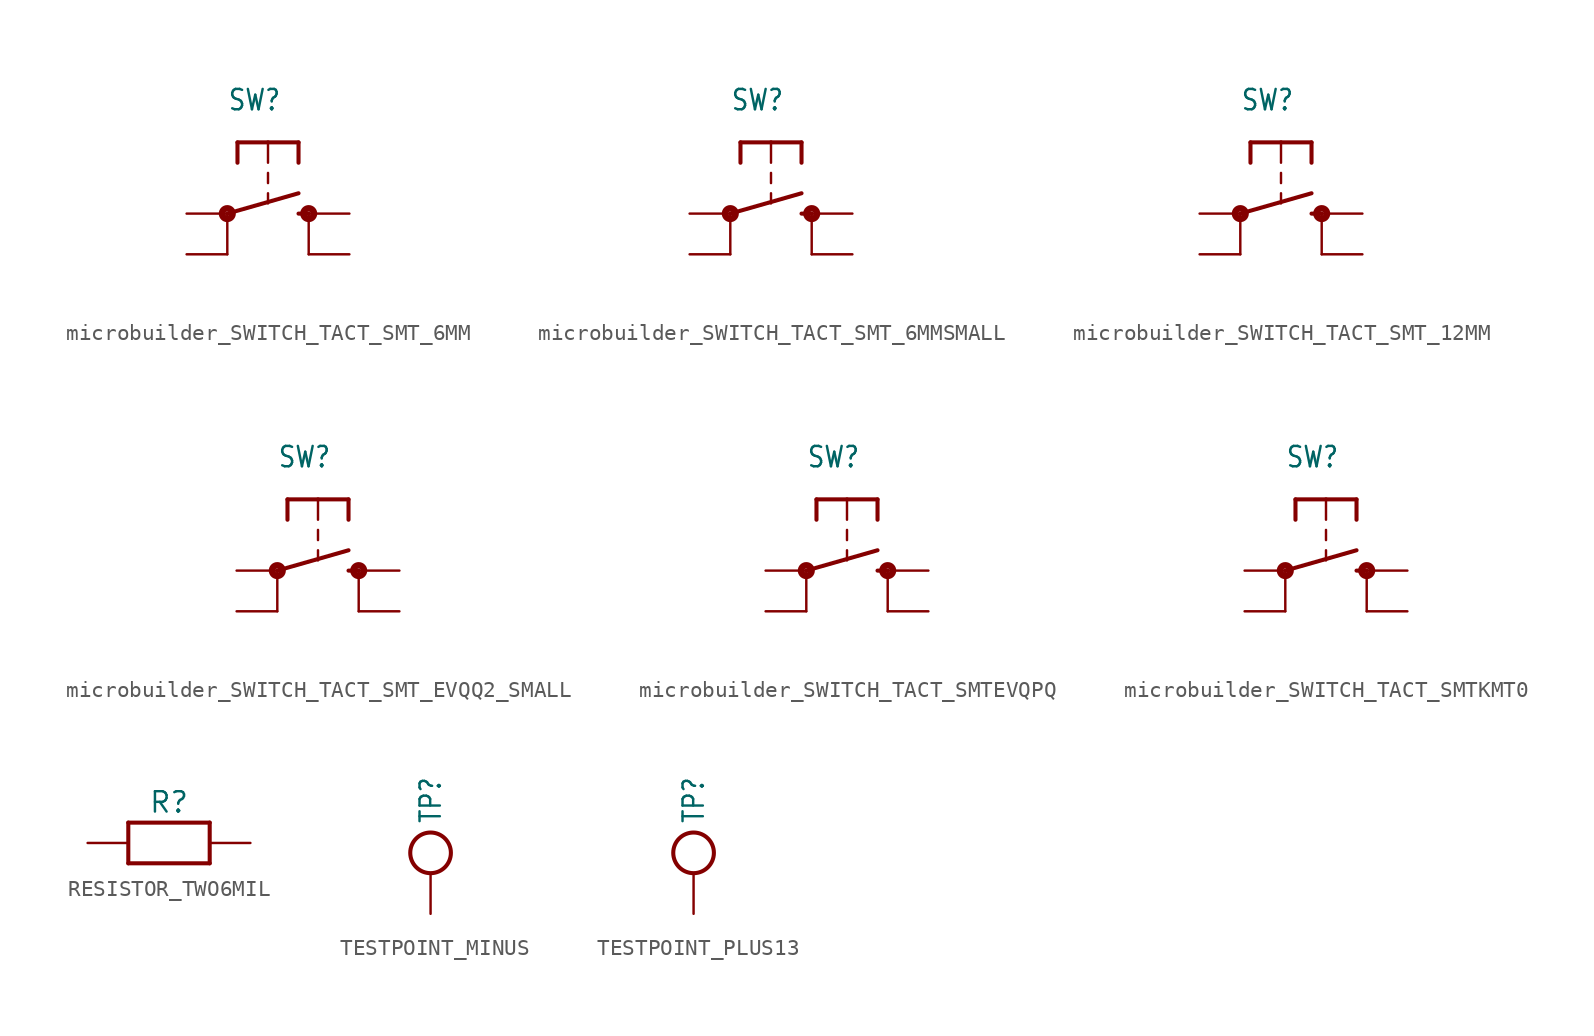
<source format=kicad_sym>
(kicad_symbol_lib
  (version 20231120)
  (generator "kicad_symbol_editor")
  (generator_version "8.0")
  (symbol "microbuilder_SWITCH_TACT_SMT_6MM"
    (property "Reference" "SW"
      (at -2.54 6.35 0)
      (effects (font (size 1.27 1.079)) (justify left bottom)))
    (property "Value" ""
      (at -2.54 -5.08 0)
      (effects (font (size 1.27 1.079)) (justify left bottom)))
    (property "ki_locked" ""
      (at 0 0 0)
      (effects (font (size 1.27 1.27))))
    (symbol "microbuilder_SWITCH_TACT_SMT_6MM_1_0"
      (circle (center -2.54 0) (radius 0.127) (stroke (width 0.406) (type solid)) (fill (type none)))
      (polyline (pts (xy -2.54 -2.54) (xy -2.54 0)) (stroke (width 0.152) (type solid)) (fill (type none)))
      (polyline (pts (xy -2.54 0) (xy 1.905 1.27)) (stroke (width 0.254) (type solid)) (fill (type none)))
      (polyline (pts (xy -1.905 4.445) (xy -1.905 3.175)) (stroke (width 0.254) (type solid)) (fill (type none)))
      (polyline (pts (xy 0 1.27) (xy 0 0.635)) (stroke (width 0.152) (type solid)) (fill (type none)))
      (polyline (pts (xy 0 2.54) (xy 0 1.905)) (stroke (width 0.152) (type solid)) (fill (type none)))
      (polyline (pts (xy 0 4.445) (xy -1.905 4.445)) (stroke (width 0.254) (type solid)) (fill (type none)))
      (polyline (pts (xy 0 4.445) (xy 0 3.175)) (stroke (width 0.152) (type solid)) (fill (type none)))
      (polyline (pts (xy 1.905 0) (xy 2.54 0)) (stroke (width 0.254) (type solid)) (fill (type none)))
      (polyline (pts (xy 1.905 4.445) (xy 0 4.445)) (stroke (width 0.254) (type solid)) (fill (type none)))
      (polyline (pts (xy 1.905 4.445) (xy 1.905 3.175)) (stroke (width 0.254) (type solid)) (fill (type none)))
      (polyline (pts (xy 2.54 -2.54) (xy 2.54 0)) (stroke (width 0.152) (type solid)) (fill (type none)))
      (circle (center 2.54 0) (radius 0.127) (stroke (width 0.406) (type solid)) (fill (type none)))
      (pin passive line (at -5.08 0 0) (length 2.54) (name "P" (effects (font (size 0 0)))) (number "A" (effects (font (size 0 0)))))
      (pin passive line (at -5.08 -2.54 0) (length 2.54) (name "P1" (effects (font (size 0 0)))) (number "A'" (effects (font (size 0 0)))))
      (pin passive line (at 5.08 0 180) (length 2.54) (name "S" (effects (font (size 0 0)))) (number "B" (effects (font (size 0 0)))))
      (pin passive line (at 5.08 -2.54 180) (length 2.54) (name "S1" (effects (font (size 0 0)))) (number "B'" (effects (font (size 0 0)))))))
  (symbol "microbuilder_SWITCH_TACT_SMT_6MMSMALL"
    (property "Reference" "SW"
      (at -2.54 6.35 0)
      (effects (font (size 1.27 1.079)) (justify left bottom)))
    (property "Value" ""
      (at -2.54 -5.08 0)
      (effects (font (size 1.27 1.079)) (justify left bottom)))
    (property "ki_locked" ""
      (at 0 0 0)
      (effects (font (size 1.27 1.27))))
    (symbol "microbuilder_SWITCH_TACT_SMT_6MMSMALL_1_0"
      (circle (center -2.54 0) (radius 0.127) (stroke (width 0.406) (type solid)) (fill (type none)))
      (polyline (pts (xy -2.54 -2.54) (xy -2.54 0)) (stroke (width 0.152) (type solid)) (fill (type none)))
      (polyline (pts (xy -2.54 0) (xy 1.905 1.27)) (stroke (width 0.254) (type solid)) (fill (type none)))
      (polyline (pts (xy -1.905 4.445) (xy -1.905 3.175)) (stroke (width 0.254) (type solid)) (fill (type none)))
      (polyline (pts (xy 0 1.27) (xy 0 0.635)) (stroke (width 0.152) (type solid)) (fill (type none)))
      (polyline (pts (xy 0 2.54) (xy 0 1.905)) (stroke (width 0.152) (type solid)) (fill (type none)))
      (polyline (pts (xy 0 4.445) (xy -1.905 4.445)) (stroke (width 0.254) (type solid)) (fill (type none)))
      (polyline (pts (xy 0 4.445) (xy 0 3.175)) (stroke (width 0.152) (type solid)) (fill (type none)))
      (polyline (pts (xy 1.905 0) (xy 2.54 0)) (stroke (width 0.254) (type solid)) (fill (type none)))
      (polyline (pts (xy 1.905 4.445) (xy 0 4.445)) (stroke (width 0.254) (type solid)) (fill (type none)))
      (polyline (pts (xy 1.905 4.445) (xy 1.905 3.175)) (stroke (width 0.254) (type solid)) (fill (type none)))
      (polyline (pts (xy 2.54 -2.54) (xy 2.54 0)) (stroke (width 0.152) (type solid)) (fill (type none)))
      (circle (center 2.54 0) (radius 0.127) (stroke (width 0.406) (type solid)) (fill (type none)))
      (pin passive line (at -5.08 0 0) (length 2.54) (name "P" (effects (font (size 0 0)))) (number "A" (effects (font (size 0 0)))))
      (pin passive line (at -5.08 -2.54 0) (length 2.54) (name "P1" (effects (font (size 0 0)))) (number "A'" (effects (font (size 0 0)))))
      (pin passive line (at 5.08 0 180) (length 2.54) (name "S" (effects (font (size 0 0)))) (number "B" (effects (font (size 0 0)))))
      (pin passive line (at 5.08 -2.54 180) (length 2.54) (name "S1" (effects (font (size 0 0)))) (number "B'" (effects (font (size 0 0)))))))
  (symbol "microbuilder_SWITCH_TACT_SMT_12MM"
    (property "Reference" "SW"
      (at -2.54 6.35 0)
      (effects (font (size 1.27 1.079)) (justify left bottom)))
    (property "Value" ""
      (at -2.54 -5.08 0)
      (effects (font (size 1.27 1.079)) (justify left bottom)))
    (property "ki_locked" ""
      (at 0 0 0)
      (effects (font (size 1.27 1.27))))
    (symbol "microbuilder_SWITCH_TACT_SMT_12MM_1_0"
      (circle (center -2.54 0) (radius 0.127) (stroke (width 0.406) (type solid)) (fill (type none)))
      (polyline (pts (xy -2.54 -2.54) (xy -2.54 0)) (stroke (width 0.152) (type solid)) (fill (type none)))
      (polyline (pts (xy -2.54 0) (xy 1.905 1.27)) (stroke (width 0.254) (type solid)) (fill (type none)))
      (polyline (pts (xy -1.905 4.445) (xy -1.905 3.175)) (stroke (width 0.254) (type solid)) (fill (type none)))
      (polyline (pts (xy 0 1.27) (xy 0 0.635)) (stroke (width 0.152) (type solid)) (fill (type none)))
      (polyline (pts (xy 0 2.54) (xy 0 1.905)) (stroke (width 0.152) (type solid)) (fill (type none)))
      (polyline (pts (xy 0 4.445) (xy -1.905 4.445)) (stroke (width 0.254) (type solid)) (fill (type none)))
      (polyline (pts (xy 0 4.445) (xy 0 3.175)) (stroke (width 0.152) (type solid)) (fill (type none)))
      (polyline (pts (xy 1.905 0) (xy 2.54 0)) (stroke (width 0.254) (type solid)) (fill (type none)))
      (polyline (pts (xy 1.905 4.445) (xy 0 4.445)) (stroke (width 0.254) (type solid)) (fill (type none)))
      (polyline (pts (xy 1.905 4.445) (xy 1.905 3.175)) (stroke (width 0.254) (type solid)) (fill (type none)))
      (polyline (pts (xy 2.54 -2.54) (xy 2.54 0)) (stroke (width 0.152) (type solid)) (fill (type none)))
      (circle (center 2.54 0) (radius 0.127) (stroke (width 0.406) (type solid)) (fill (type none)))
      (pin passive line (at -5.08 0 0) (length 2.54) (name "P" (effects (font (size 0 0)))) (number "P$1" (effects (font (size 0 0)))))
      (pin passive line (at -5.08 -2.54 0) (length 2.54) (name "P1" (effects (font (size 0 0)))) (number "P$2" (effects (font (size 0 0)))))
      (pin passive line (at 5.08 0 180) (length 2.54) (name "S" (effects (font (size 0 0)))) (number "P$3" (effects (font (size 0 0)))))
      (pin passive line (at 5.08 -2.54 180) (length 2.54) (name "S1" (effects (font (size 0 0)))) (number "P$4" (effects (font (size 0 0)))))))
  (symbol "microbuilder_SWITCH_TACT_SMT_EVQQ2_SMALL"
    (property "Reference" "SW"
      (at -2.54 6.35 0)
      (effects (font (size 1.27 1.079)) (justify left bottom)))
    (property "Value" ""
      (at -2.54 -5.08 0)
      (effects (font (size 1.27 1.079)) (justify left bottom)))
    (property "ki_locked" ""
      (at 0 0 0)
      (effects (font (size 1.27 1.27))))
    (symbol "microbuilder_SWITCH_TACT_SMT_EVQQ2_SMALL_1_0"
      (circle (center -2.54 0) (radius 0.127) (stroke (width 0.406) (type solid)) (fill (type none)))
      (polyline (pts (xy -2.54 -2.54) (xy -2.54 0)) (stroke (width 0.152) (type solid)) (fill (type none)))
      (polyline (pts (xy -2.54 0) (xy 1.905 1.27)) (stroke (width 0.254) (type solid)) (fill (type none)))
      (polyline (pts (xy -1.905 4.445) (xy -1.905 3.175)) (stroke (width 0.254) (type solid)) (fill (type none)))
      (polyline (pts (xy 0 1.27) (xy 0 0.635)) (stroke (width 0.152) (type solid)) (fill (type none)))
      (polyline (pts (xy 0 2.54) (xy 0 1.905)) (stroke (width 0.152) (type solid)) (fill (type none)))
      (polyline (pts (xy 0 4.445) (xy -1.905 4.445)) (stroke (width 0.254) (type solid)) (fill (type none)))
      (polyline (pts (xy 0 4.445) (xy 0 3.175)) (stroke (width 0.152) (type solid)) (fill (type none)))
      (polyline (pts (xy 1.905 0) (xy 2.54 0)) (stroke (width 0.254) (type solid)) (fill (type none)))
      (polyline (pts (xy 1.905 4.445) (xy 0 4.445)) (stroke (width 0.254) (type solid)) (fill (type none)))
      (polyline (pts (xy 1.905 4.445) (xy 1.905 3.175)) (stroke (width 0.254) (type solid)) (fill (type none)))
      (polyline (pts (xy 2.54 -2.54) (xy 2.54 0)) (stroke (width 0.152) (type solid)) (fill (type none)))
      (circle (center 2.54 0) (radius 0.127) (stroke (width 0.406) (type solid)) (fill (type none)))
      (pin passive line (at -5.08 0 0) (length 2.54) (name "P" (effects (font (size 0 0)))) (number "A" (effects (font (size 0 0)))))
      (pin passive line (at -5.08 -2.54 0) (length 2.54) (name "P1" (effects (font (size 0 0)))) (number "A'" (effects (font (size 0 0)))))
      (pin passive line (at 5.08 0 180) (length 2.54) (name "S" (effects (font (size 0 0)))) (number "B" (effects (font (size 0 0)))))
      (pin passive line (at 5.08 -2.54 180) (length 2.54) (name "S1" (effects (font (size 0 0)))) (number "B'" (effects (font (size 0 0)))))))
  (symbol "microbuilder_SWITCH_TACT_SMTEVQPQ"
    (property "Reference" "SW"
      (at -2.54 6.35 0)
      (effects (font (size 1.27 1.079)) (justify left bottom)))
    (property "Value" ""
      (at -2.54 -5.08 0)
      (effects (font (size 1.27 1.079)) (justify left bottom)))
    (property "ki_locked" ""
      (at 0 0 0)
      (effects (font (size 1.27 1.27))))
    (symbol "microbuilder_SWITCH_TACT_SMTEVQPQ_1_0"
      (circle (center -2.54 0) (radius 0.127) (stroke (width 0.406) (type solid)) (fill (type none)))
      (polyline (pts (xy -2.54 -2.54) (xy -2.54 0)) (stroke (width 0.152) (type solid)) (fill (type none)))
      (polyline (pts (xy -2.54 0) (xy 1.905 1.27)) (stroke (width 0.254) (type solid)) (fill (type none)))
      (polyline (pts (xy -1.905 4.445) (xy -1.905 3.175)) (stroke (width 0.254) (type solid)) (fill (type none)))
      (polyline (pts (xy 0 1.27) (xy 0 0.635)) (stroke (width 0.152) (type solid)) (fill (type none)))
      (polyline (pts (xy 0 2.54) (xy 0 1.905)) (stroke (width 0.152) (type solid)) (fill (type none)))
      (polyline (pts (xy 0 4.445) (xy -1.905 4.445)) (stroke (width 0.254) (type solid)) (fill (type none)))
      (polyline (pts (xy 0 4.445) (xy 0 3.175)) (stroke (width 0.152) (type solid)) (fill (type none)))
      (polyline (pts (xy 1.905 0) (xy 2.54 0)) (stroke (width 0.254) (type solid)) (fill (type none)))
      (polyline (pts (xy 1.905 4.445) (xy 0 4.445)) (stroke (width 0.254) (type solid)) (fill (type none)))
      (polyline (pts (xy 1.905 4.445) (xy 1.905 3.175)) (stroke (width 0.254) (type solid)) (fill (type none)))
      (polyline (pts (xy 2.54 -2.54) (xy 2.54 0)) (stroke (width 0.152) (type solid)) (fill (type none)))
      (circle (center 2.54 0) (radius 0.127) (stroke (width 0.406) (type solid)) (fill (type none)))
      (pin passive line (at -5.08 0 0) (length 2.54) (name "P" (effects (font (size 0 0)))) (number "A" (effects (font (size 0 0)))))
      (pin passive line (at 5.08 0 180) (length 2.54) (name "S" (effects (font (size 0 0)))) (number "B" (effects (font (size 0 0)))))
      (pin passive line (at -5.08 -2.54 0) (length 2.54) (name "P1" (effects (font (size 0 0)))) (number "C" (effects (font (size 0 0)))))
      (pin passive line (at 5.08 -2.54 180) (length 2.54) (name "S1" (effects (font (size 0 0)))) (number "D" (effects (font (size 0 0)))))))
  (symbol "microbuilder_SWITCH_TACT_SMTKMT0"
    (property "Reference" "SW"
      (at -2.54 6.35 0)
      (effects (font (size 1.27 1.079)) (justify left bottom)))
    (property "Value" ""
      (at -2.54 -5.08 0)
      (effects (font (size 1.27 1.079)) (justify left bottom)))
    (property "ki_locked" ""
      (at 0 0 0)
      (effects (font (size 1.27 1.27))))
    (symbol "microbuilder_SWITCH_TACT_SMTKMT0_1_0"
      (circle (center -2.54 0) (radius 0.127) (stroke (width 0.406) (type solid)) (fill (type none)))
      (polyline (pts (xy -2.54 -2.54) (xy -2.54 0)) (stroke (width 0.152) (type solid)) (fill (type none)))
      (polyline (pts (xy -2.54 0) (xy 1.905 1.27)) (stroke (width 0.254) (type solid)) (fill (type none)))
      (polyline (pts (xy -1.905 4.445) (xy -1.905 3.175)) (stroke (width 0.254) (type solid)) (fill (type none)))
      (polyline (pts (xy 0 1.27) (xy 0 0.635)) (stroke (width 0.152) (type solid)) (fill (type none)))
      (polyline (pts (xy 0 2.54) (xy 0 1.905)) (stroke (width 0.152) (type solid)) (fill (type none)))
      (polyline (pts (xy 0 4.445) (xy -1.905 4.445)) (stroke (width 0.254) (type solid)) (fill (type none)))
      (polyline (pts (xy 0 4.445) (xy 0 3.175)) (stroke (width 0.152) (type solid)) (fill (type none)))
      (polyline (pts (xy 1.905 0) (xy 2.54 0)) (stroke (width 0.254) (type solid)) (fill (type none)))
      (polyline (pts (xy 1.905 4.445) (xy 0 4.445)) (stroke (width 0.254) (type solid)) (fill (type none)))
      (polyline (pts (xy 1.905 4.445) (xy 1.905 3.175)) (stroke (width 0.254) (type solid)) (fill (type none)))
      (polyline (pts (xy 2.54 -2.54) (xy 2.54 0)) (stroke (width 0.152) (type solid)) (fill (type none)))
      (circle (center 2.54 0) (radius 0.127) (stroke (width 0.406) (type solid)) (fill (type none)))
      (pin passive line (at -5.08 0 0) (length 2.54) (name "P" (effects (font (size 0 0)))) (number "A" (effects (font (size 0 0)))))
      (pin passive line (at -5.08 -2.54 0) (length 2.54) (name "P1" (effects (font (size 0 0)))) (number "A'" (effects (font (size 0 0)))))
      (pin passive line (at 5.08 0 180) (length 2.54) (name "S" (effects (font (size 0 0)))) (number "B" (effects (font (size 0 0)))))
      (pin passive line (at 5.08 -2.54 180) (length 2.54) (name "S1" (effects (font (size 0 0)))) (number "B'" (effects (font (size 0 0)))))))
  (symbol "RESISTOR_TWO6MIL"
    (property "Reference" "R"
      (at 0 2.54 0)
      (effects (font (size 1.27 1.27))))
    (property "Value" ""
      (at 0 0 0)
      (effects (font (size 1.016 1.016) (bold yes))))
    (property "ki_locked" ""
      (at 0 0 0)
      (effects (font (size 1.27 1.27))))
    (symbol "RESISTOR_TWO6MIL_1_0"
      (polyline (pts (xy -2.54 -1.27) (xy -2.54 1.27)) (stroke (width 0.254) (type solid)) (fill (type none)))
      (polyline (pts (xy -2.54 1.27) (xy 2.54 1.27)) (stroke (width 0.254) (type solid)) (fill (type none)))
      (polyline (pts (xy 2.54 -1.27) (xy -2.54 -1.27)) (stroke (width 0.254) (type solid)) (fill (type none)))
      (polyline (pts (xy 2.54 1.27) (xy 2.54 -1.27)) (stroke (width 0.254) (type solid)) (fill (type none)))
      (pin passive line (at -5.08 0 0) (length 2.54) (name "1" (effects (font (size 0 0)))) (number "1" (effects (font (size 0 0)))))
      (pin passive line (at 5.08 0 180) (length 2.54) (name "2" (effects (font (size 0 0)))) (number "2" (effects (font (size 0 0)))))))
  (symbol "TESTPOINT_MINUS"
    (property "Reference" "TP"
      (at 0 5.588 90)
      (effects (font (size 1.27 1.079)) (justify left)))
    (property "Value" ""
      (at 1.651 5.588 90)
      (effects (font (size 1.27 1.079)) (justify left)))
    (property "ki_locked" ""
      (at 0 0 0)
      (effects (font (size 1.27 1.27))))
    (symbol "TESTPOINT_MINUS_1_0"
      (circle (center 0 3.81) (radius 1.27) (stroke (width 0.254) (type solid)) (fill (type none)))
      (pin bidirectional line (at 0 0 90) (length 2.54) (name "P$1" (effects (font (size 0 0)))) (number "P$1" (effects (font (size 0 0)))))))
  (symbol "TESTPOINT_PLUS13"
    (property "Reference" "TP"
      (at 0 5.588 90)
      (effects (font (size 1.27 1.079)) (justify left)))
    (property "Value" ""
      (at 1.651 5.588 90)
      (effects (font (size 1.27 1.079)) (justify left)))
    (property "ki_locked" ""
      (at 0 0 0)
      (effects (font (size 1.27 1.27))))
    (symbol "TESTPOINT_PLUS13_1_0"
      (circle (center 0 3.81) (radius 1.27) (stroke (width 0.254) (type solid)) (fill (type none)))
      (pin bidirectional line (at 0 0 90) (length 2.54) (name "P$1" (effects (font (size 0 0)))) (number "P$1" (effects (font (size 0 0))))))))
</source>
